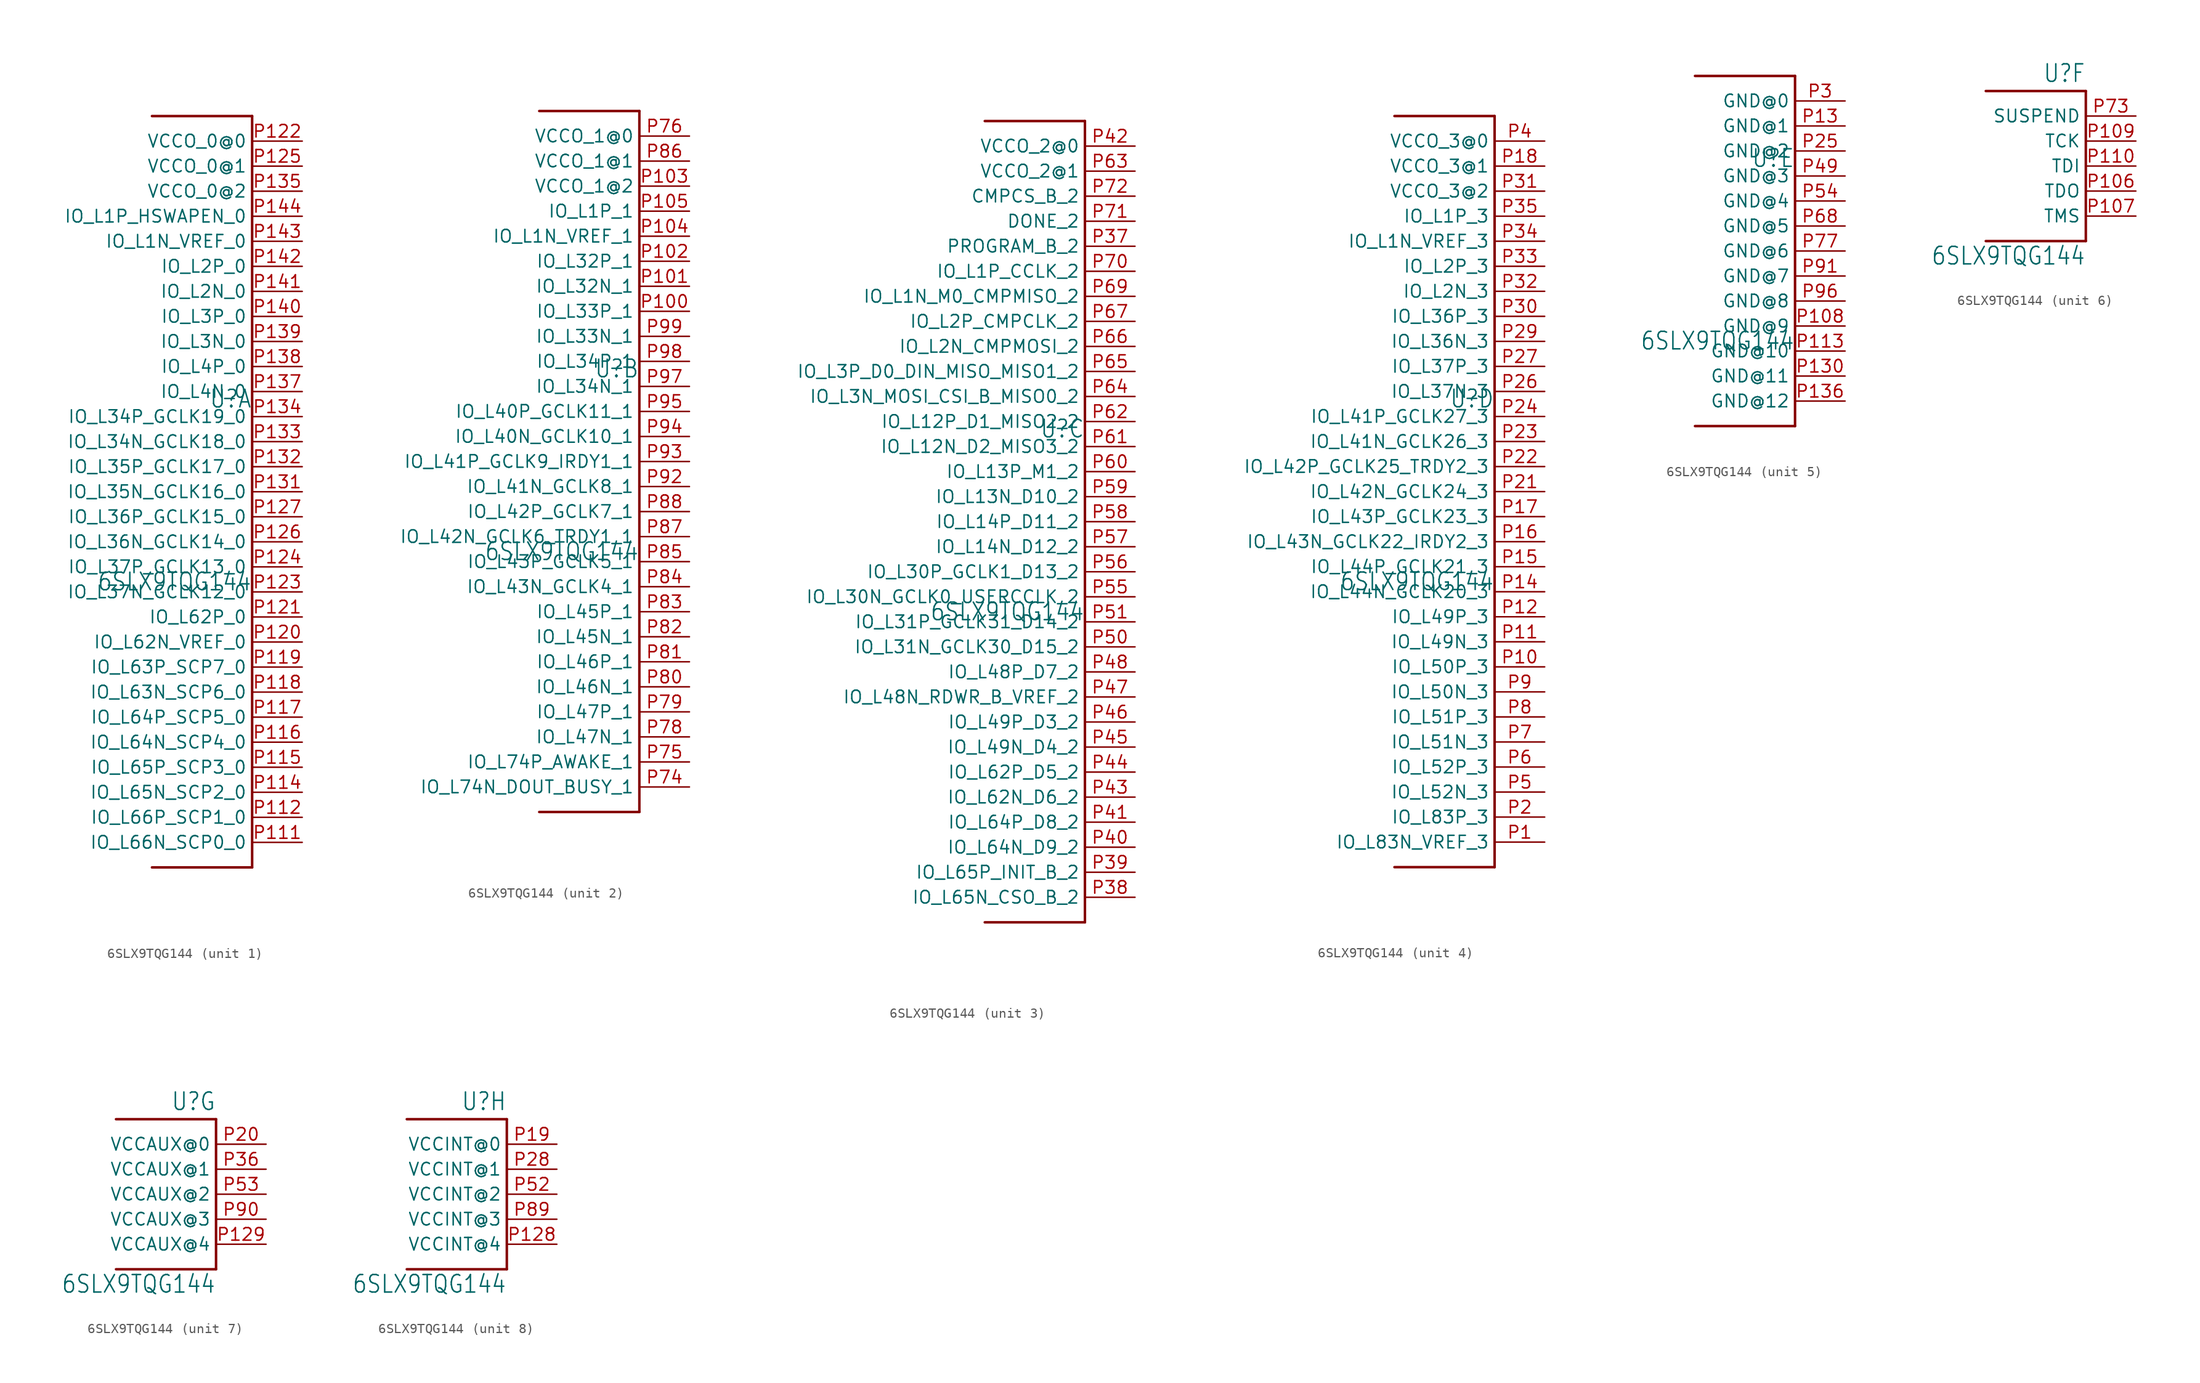
<source format=kicad_sym>
(kicad_symbol_lib
  (version 20201005)
  (generator kicad_symbol_editor)
  (symbol "6SLX9TQG144"
    (property "Reference" "U"
      (at 0 8.382 0)
      (effects (font (size 1.778 1.511)) (justify right bottom)))
    (property "Value" "6SLX9TQG144"
      (at 0 -10.16 0)
      (effects (font (size 1.778 1.511)) (justify right bottom)))
    (property "ki_locked" ""
      (at 0 0 0)
      (effects (font (size 1.27 1.27))))
    (symbol "6SLX9TQG144_1_0"
      (polyline (pts (xy -10.16 38.1) (xy 0 38.1)) (stroke (width 0.254)) (fill (type none)))
      (polyline (pts (xy 0 -38.1) (xy -10.16 -38.1)) (stroke (width 0.254)) (fill (type none)))
      (polyline (pts (xy 0 38.1) (xy 0 -38.1)) (stroke (width 0.254)) (fill (type none)))
      (pin bidirectional line (at 5.08 -35.56 180) (length 5.08) (name "IO_L66N_SCP0_0" (effects (font (size 1.27 1.27)))) (number "P111" (effects (font (size 1.27 1.27)))))
      (pin bidirectional line (at 5.08 -33.02 180) (length 5.08) (name "IO_L66P_SCP1_0" (effects (font (size 1.27 1.27)))) (number "P112" (effects (font (size 1.27 1.27)))))
      (pin bidirectional line (at 5.08 -30.48 180) (length 5.08) (name "IO_L65N_SCP2_0" (effects (font (size 1.27 1.27)))) (number "P114" (effects (font (size 1.27 1.27)))))
      (pin bidirectional line (at 5.08 -27.94 180) (length 5.08) (name "IO_L65P_SCP3_0" (effects (font (size 1.27 1.27)))) (number "P115" (effects (font (size 1.27 1.27)))))
      (pin bidirectional line (at 5.08 -25.4 180) (length 5.08) (name "IO_L64N_SCP4_0" (effects (font (size 1.27 1.27)))) (number "P116" (effects (font (size 1.27 1.27)))))
      (pin bidirectional line (at 5.08 -22.86 180) (length 5.08) (name "IO_L64P_SCP5_0" (effects (font (size 1.27 1.27)))) (number "P117" (effects (font (size 1.27 1.27)))))
      (pin bidirectional line (at 5.08 -20.32 180) (length 5.08) (name "IO_L63N_SCP6_0" (effects (font (size 1.27 1.27)))) (number "P118" (effects (font (size 1.27 1.27)))))
      (pin bidirectional line (at 5.08 -17.78 180) (length 5.08) (name "IO_L63P_SCP7_0" (effects (font (size 1.27 1.27)))) (number "P119" (effects (font (size 1.27 1.27)))))
      (pin bidirectional line (at 5.08 -15.24 180) (length 5.08) (name "IO_L62N_VREF_0" (effects (font (size 1.27 1.27)))) (number "P120" (effects (font (size 1.27 1.27)))))
      (pin bidirectional line (at 5.08 -12.7 180) (length 5.08) (name "IO_L62P_0" (effects (font (size 1.27 1.27)))) (number "P121" (effects (font (size 1.27 1.27)))))
      (pin input line (at 5.08 35.56 180) (length 5.08) (name "VCCO_0@0" (effects (font (size 1.27 1.27)))) (number "P122" (effects (font (size 1.27 1.27)))))
      (pin bidirectional line (at 5.08 -10.16 180) (length 5.08) (name "IO_L37N_GCLK12_0" (effects (font (size 1.27 1.27)))) (number "P123" (effects (font (size 1.27 1.27)))))
      (pin bidirectional line (at 5.08 -7.62 180) (length 5.08) (name "IO_L37P_GCLK13_0" (effects (font (size 1.27 1.27)))) (number "P124" (effects (font (size 1.27 1.27)))))
      (pin input line (at 5.08 33.02 180) (length 5.08) (name "VCCO_0@1" (effects (font (size 1.27 1.27)))) (number "P125" (effects (font (size 1.27 1.27)))))
      (pin bidirectional line (at 5.08 -5.08 180) (length 5.08) (name "IO_L36N_GCLK14_0" (effects (font (size 1.27 1.27)))) (number "P126" (effects (font (size 1.27 1.27)))))
      (pin bidirectional line (at 5.08 -2.54 180) (length 5.08) (name "IO_L36P_GCLK15_0" (effects (font (size 1.27 1.27)))) (number "P127" (effects (font (size 1.27 1.27)))))
      (pin bidirectional line (at 5.08 0 180) (length 5.08) (name "IO_L35N_GCLK16_0" (effects (font (size 1.27 1.27)))) (number "P131" (effects (font (size 1.27 1.27)))))
      (pin bidirectional line (at 5.08 2.54 180) (length 5.08) (name "IO_L35P_GCLK17_0" (effects (font (size 1.27 1.27)))) (number "P132" (effects (font (size 1.27 1.27)))))
      (pin bidirectional line (at 5.08 5.08 180) (length 5.08) (name "IO_L34N_GCLK18_0" (effects (font (size 1.27 1.27)))) (number "P133" (effects (font (size 1.27 1.27)))))
      (pin bidirectional line (at 5.08 7.62 180) (length 5.08) (name "IO_L34P_GCLK19_0" (effects (font (size 1.27 1.27)))) (number "P134" (effects (font (size 1.27 1.27)))))
      (pin input line (at 5.08 30.48 180) (length 5.08) (name "VCCO_0@2" (effects (font (size 1.27 1.27)))) (number "P135" (effects (font (size 1.27 1.27)))))
      (pin bidirectional line (at 5.08 10.16 180) (length 5.08) (name "IO_L4N_0" (effects (font (size 1.27 1.27)))) (number "P137" (effects (font (size 1.27 1.27)))))
      (pin bidirectional line (at 5.08 12.7 180) (length 5.08) (name "IO_L4P_0" (effects (font (size 1.27 1.27)))) (number "P138" (effects (font (size 1.27 1.27)))))
      (pin bidirectional line (at 5.08 15.24 180) (length 5.08) (name "IO_L3N_0" (effects (font (size 1.27 1.27)))) (number "P139" (effects (font (size 1.27 1.27)))))
      (pin bidirectional line (at 5.08 17.78 180) (length 5.08) (name "IO_L3P_0" (effects (font (size 1.27 1.27)))) (number "P140" (effects (font (size 1.27 1.27)))))
      (pin bidirectional line (at 5.08 20.32 180) (length 5.08) (name "IO_L2N_0" (effects (font (size 1.27 1.27)))) (number "P141" (effects (font (size 1.27 1.27)))))
      (pin bidirectional line (at 5.08 22.86 180) (length 5.08) (name "IO_L2P_0" (effects (font (size 1.27 1.27)))) (number "P142" (effects (font (size 1.27 1.27)))))
      (pin bidirectional line (at 5.08 25.4 180) (length 5.08) (name "IO_L1N_VREF_0" (effects (font (size 1.27 1.27)))) (number "P143" (effects (font (size 1.27 1.27)))))
      (pin bidirectional line (at 5.08 27.94 180) (length 5.08) (name "IO_L1P_HSWAPEN_0" (effects (font (size 1.27 1.27)))) (number "P144" (effects (font (size 1.27 1.27))))))
    (symbol "6SLX9TQG144_2_0"
      (polyline (pts (xy -10.16 35.56) (xy 0 35.56)) (stroke (width 0.254)) (fill (type none)))
      (polyline (pts (xy 0 -35.56) (xy -10.16 -35.56)) (stroke (width 0.254)) (fill (type none)))
      (polyline (pts (xy 0 35.56) (xy 0 -35.56)) (stroke (width 0.254)) (fill (type none)))
      (pin bidirectional line (at 5.08 15.24 180) (length 5.08) (name "IO_L33P_1" (effects (font (size 1.27 1.27)))) (number "P100" (effects (font (size 1.27 1.27)))))
      (pin bidirectional line (at 5.08 17.78 180) (length 5.08) (name "IO_L32N_1" (effects (font (size 1.27 1.27)))) (number "P101" (effects (font (size 1.27 1.27)))))
      (pin bidirectional line (at 5.08 20.32 180) (length 5.08) (name "IO_L32P_1" (effects (font (size 1.27 1.27)))) (number "P102" (effects (font (size 1.27 1.27)))))
      (pin input line (at 5.08 27.94 180) (length 5.08) (name "VCCO_1@2" (effects (font (size 1.27 1.27)))) (number "P103" (effects (font (size 1.27 1.27)))))
      (pin bidirectional line (at 5.08 22.86 180) (length 5.08) (name "IO_L1N_VREF_1" (effects (font (size 1.27 1.27)))) (number "P104" (effects (font (size 1.27 1.27)))))
      (pin bidirectional line (at 5.08 25.4 180) (length 5.08) (name "IO_L1P_1" (effects (font (size 1.27 1.27)))) (number "P105" (effects (font (size 1.27 1.27)))))
      (pin bidirectional line (at 5.08 -33.02 180) (length 5.08) (name "IO_L74N_DOUT_BUSY_1" (effects (font (size 1.27 1.27)))) (number "P74" (effects (font (size 1.27 1.27)))))
      (pin bidirectional line (at 5.08 -30.48 180) (length 5.08) (name "IO_L74P_AWAKE_1" (effects (font (size 1.27 1.27)))) (number "P75" (effects (font (size 1.27 1.27)))))
      (pin input line (at 5.08 33.02 180) (length 5.08) (name "VCCO_1@0" (effects (font (size 1.27 1.27)))) (number "P76" (effects (font (size 1.27 1.27)))))
      (pin bidirectional line (at 5.08 -27.94 180) (length 5.08) (name "IO_L47N_1" (effects (font (size 1.27 1.27)))) (number "P78" (effects (font (size 1.27 1.27)))))
      (pin bidirectional line (at 5.08 -25.4 180) (length 5.08) (name "IO_L47P_1" (effects (font (size 1.27 1.27)))) (number "P79" (effects (font (size 1.27 1.27)))))
      (pin bidirectional line (at 5.08 -22.86 180) (length 5.08) (name "IO_L46N_1" (effects (font (size 1.27 1.27)))) (number "P80" (effects (font (size 1.27 1.27)))))
      (pin bidirectional line (at 5.08 -20.32 180) (length 5.08) (name "IO_L46P_1" (effects (font (size 1.27 1.27)))) (number "P81" (effects (font (size 1.27 1.27)))))
      (pin bidirectional line (at 5.08 -17.78 180) (length 5.08) (name "IO_L45N_1" (effects (font (size 1.27 1.27)))) (number "P82" (effects (font (size 1.27 1.27)))))
      (pin bidirectional line (at 5.08 -15.24 180) (length 5.08) (name "IO_L45P_1" (effects (font (size 1.27 1.27)))) (number "P83" (effects (font (size 1.27 1.27)))))
      (pin bidirectional line (at 5.08 -12.7 180) (length 5.08) (name "IO_L43N_GCLK4_1" (effects (font (size 1.27 1.27)))) (number "P84" (effects (font (size 1.27 1.27)))))
      (pin bidirectional line (at 5.08 -10.16 180) (length 5.08) (name "IO_L43P_GCLK5_1" (effects (font (size 1.27 1.27)))) (number "P85" (effects (font (size 1.27 1.27)))))
      (pin input line (at 5.08 30.48 180) (length 5.08) (name "VCCO_1@1" (effects (font (size 1.27 1.27)))) (number "P86" (effects (font (size 1.27 1.27)))))
      (pin bidirectional line (at 5.08 -7.62 180) (length 5.08) (name "IO_L42N_GCLK6_TRDY1_1" (effects (font (size 1.27 1.27)))) (number "P87" (effects (font (size 1.27 1.27)))))
      (pin bidirectional line (at 5.08 -5.08 180) (length 5.08) (name "IO_L42P_GCLK7_1" (effects (font (size 1.27 1.27)))) (number "P88" (effects (font (size 1.27 1.27)))))
      (pin bidirectional line (at 5.08 -2.54 180) (length 5.08) (name "IO_L41N_GCLK8_1" (effects (font (size 1.27 1.27)))) (number "P92" (effects (font (size 1.27 1.27)))))
      (pin bidirectional line (at 5.08 0 180) (length 5.08) (name "IO_L41P_GCLK9_IRDY1_1" (effects (font (size 1.27 1.27)))) (number "P93" (effects (font (size 1.27 1.27)))))
      (pin bidirectional line (at 5.08 2.54 180) (length 5.08) (name "IO_L40N_GCLK10_1" (effects (font (size 1.27 1.27)))) (number "P94" (effects (font (size 1.27 1.27)))))
      (pin bidirectional line (at 5.08 5.08 180) (length 5.08) (name "IO_L40P_GCLK11_1" (effects (font (size 1.27 1.27)))) (number "P95" (effects (font (size 1.27 1.27)))))
      (pin bidirectional line (at 5.08 7.62 180) (length 5.08) (name "IO_L34N_1" (effects (font (size 1.27 1.27)))) (number "P97" (effects (font (size 1.27 1.27)))))
      (pin bidirectional line (at 5.08 10.16 180) (length 5.08) (name "IO_L34P_1" (effects (font (size 1.27 1.27)))) (number "P98" (effects (font (size 1.27 1.27)))))
      (pin bidirectional line (at 5.08 12.7 180) (length 5.08) (name "IO_L33N_1" (effects (font (size 1.27 1.27)))) (number "P99" (effects (font (size 1.27 1.27))))))
    (symbol "6SLX9TQG144_3_0"
      (polyline (pts (xy -10.16 40.64) (xy 0 40.64)) (stroke (width 0.254)) (fill (type none)))
      (polyline (pts (xy 0 -40.64) (xy -10.16 -40.64)) (stroke (width 0.254)) (fill (type none)))
      (polyline (pts (xy 0 40.64) (xy 0 -40.64)) (stroke (width 0.254)) (fill (type none)))
      (pin input line (at 5.08 27.94 180) (length 5.08) (name "PROGRAM_B_2" (effects (font (size 1.27 1.27)))) (number "P37" (effects (font (size 1.27 1.27)))))
      (pin bidirectional line (at 5.08 -38.1 180) (length 5.08) (name "IO_L65N_CSO_B_2" (effects (font (size 1.27 1.27)))) (number "P38" (effects (font (size 1.27 1.27)))))
      (pin bidirectional line (at 5.08 -35.56 180) (length 5.08) (name "IO_L65P_INIT_B_2" (effects (font (size 1.27 1.27)))) (number "P39" (effects (font (size 1.27 1.27)))))
      (pin bidirectional line (at 5.08 -33.02 180) (length 5.08) (name "IO_L64N_D9_2" (effects (font (size 1.27 1.27)))) (number "P40" (effects (font (size 1.27 1.27)))))
      (pin bidirectional line (at 5.08 -30.48 180) (length 5.08) (name "IO_L64P_D8_2" (effects (font (size 1.27 1.27)))) (number "P41" (effects (font (size 1.27 1.27)))))
      (pin input line (at 5.08 38.1 180) (length 5.08) (name "VCCO_2@0" (effects (font (size 1.27 1.27)))) (number "P42" (effects (font (size 1.27 1.27)))))
      (pin bidirectional line (at 5.08 -27.94 180) (length 5.08) (name "IO_L62N_D6_2" (effects (font (size 1.27 1.27)))) (number "P43" (effects (font (size 1.27 1.27)))))
      (pin bidirectional line (at 5.08 -25.4 180) (length 5.08) (name "IO_L62P_D5_2" (effects (font (size 1.27 1.27)))) (number "P44" (effects (font (size 1.27 1.27)))))
      (pin bidirectional line (at 5.08 -22.86 180) (length 5.08) (name "IO_L49N_D4_2" (effects (font (size 1.27 1.27)))) (number "P45" (effects (font (size 1.27 1.27)))))
      (pin bidirectional line (at 5.08 -20.32 180) (length 5.08) (name "IO_L49P_D3_2" (effects (font (size 1.27 1.27)))) (number "P46" (effects (font (size 1.27 1.27)))))
      (pin bidirectional line (at 5.08 -17.78 180) (length 5.08) (name "IO_L48N_RDWR_B_VREF_2" (effects (font (size 1.27 1.27)))) (number "P47" (effects (font (size 1.27 1.27)))))
      (pin bidirectional line (at 5.08 -15.24 180) (length 5.08) (name "IO_L48P_D7_2" (effects (font (size 1.27 1.27)))) (number "P48" (effects (font (size 1.27 1.27)))))
      (pin bidirectional line (at 5.08 -12.7 180) (length 5.08) (name "IO_L31N_GCLK30_D15_2" (effects (font (size 1.27 1.27)))) (number "P50" (effects (font (size 1.27 1.27)))))
      (pin bidirectional line (at 5.08 -10.16 180) (length 5.08) (name "IO_L31P_GCLK31_D14_2" (effects (font (size 1.27 1.27)))) (number "P51" (effects (font (size 1.27 1.27)))))
      (pin bidirectional line (at 5.08 -7.62 180) (length 5.08) (name "IO_L30N_GCLK0_USERCCLK_2" (effects (font (size 1.27 1.27)))) (number "P55" (effects (font (size 1.27 1.27)))))
      (pin bidirectional line (at 5.08 -5.08 180) (length 5.08) (name "IO_L30P_GCLK1_D13_2" (effects (font (size 1.27 1.27)))) (number "P56" (effects (font (size 1.27 1.27)))))
      (pin bidirectional line (at 5.08 -2.54 180) (length 5.08) (name "IO_L14N_D12_2" (effects (font (size 1.27 1.27)))) (number "P57" (effects (font (size 1.27 1.27)))))
      (pin bidirectional line (at 5.08 0 180) (length 5.08) (name "IO_L14P_D11_2" (effects (font (size 1.27 1.27)))) (number "P58" (effects (font (size 1.27 1.27)))))
      (pin bidirectional line (at 5.08 2.54 180) (length 5.08) (name "IO_L13N_D10_2" (effects (font (size 1.27 1.27)))) (number "P59" (effects (font (size 1.27 1.27)))))
      (pin bidirectional line (at 5.08 5.08 180) (length 5.08) (name "IO_L13P_M1_2" (effects (font (size 1.27 1.27)))) (number "P60" (effects (font (size 1.27 1.27)))))
      (pin bidirectional line (at 5.08 7.62 180) (length 5.08) (name "IO_L12N_D2_MISO3_2" (effects (font (size 1.27 1.27)))) (number "P61" (effects (font (size 1.27 1.27)))))
      (pin bidirectional line (at 5.08 10.16 180) (length 5.08) (name "IO_L12P_D1_MISO2_2" (effects (font (size 1.27 1.27)))) (number "P62" (effects (font (size 1.27 1.27)))))
      (pin input line (at 5.08 35.56 180) (length 5.08) (name "VCCO_2@1" (effects (font (size 1.27 1.27)))) (number "P63" (effects (font (size 1.27 1.27)))))
      (pin bidirectional line (at 5.08 12.7 180) (length 5.08) (name "IO_L3N_MOSI_CSI_B_MISO0_2" (effects (font (size 1.27 1.27)))) (number "P64" (effects (font (size 1.27 1.27)))))
      (pin bidirectional line (at 5.08 15.24 180) (length 5.08) (name "IO_L3P_D0_DIN_MISO_MISO1_2" (effects (font (size 1.27 1.27)))) (number "P65" (effects (font (size 1.27 1.27)))))
      (pin bidirectional line (at 5.08 17.78 180) (length 5.08) (name "IO_L2N_CMPMOSI_2" (effects (font (size 1.27 1.27)))) (number "P66" (effects (font (size 1.27 1.27)))))
      (pin bidirectional line (at 5.08 20.32 180) (length 5.08) (name "IO_L2P_CMPCLK_2" (effects (font (size 1.27 1.27)))) (number "P67" (effects (font (size 1.27 1.27)))))
      (pin bidirectional line (at 5.08 22.86 180) (length 5.08) (name "IO_L1N_M0_CMPMISO_2" (effects (font (size 1.27 1.27)))) (number "P69" (effects (font (size 1.27 1.27)))))
      (pin bidirectional line (at 5.08 25.4 180) (length 5.08) (name "IO_L1P_CCLK_2" (effects (font (size 1.27 1.27)))) (number "P70" (effects (font (size 1.27 1.27)))))
      (pin bidirectional line (at 5.08 30.48 180) (length 5.08) (name "DONE_2" (effects (font (size 1.27 1.27)))) (number "P71" (effects (font (size 1.27 1.27)))))
      (pin bidirectional line (at 5.08 33.02 180) (length 5.08) (name "CMPCS_B_2" (effects (font (size 1.27 1.27)))) (number "P72" (effects (font (size 1.27 1.27))))))
    (symbol "6SLX9TQG144_4_0"
      (polyline (pts (xy -10.16 38.1) (xy 0 38.1)) (stroke (width 0.254)) (fill (type none)))
      (polyline (pts (xy 0 -38.1) (xy -10.16 -38.1)) (stroke (width 0.254)) (fill (type none)))
      (polyline (pts (xy 0 38.1) (xy 0 -38.1)) (stroke (width 0.254)) (fill (type none)))
      (pin bidirectional line (at 5.08 -35.56 180) (length 5.08) (name "IO_L83N_VREF_3" (effects (font (size 1.27 1.27)))) (number "P1" (effects (font (size 1.27 1.27)))))
      (pin bidirectional line (at 5.08 -17.78 180) (length 5.08) (name "IO_L50P_3" (effects (font (size 1.27 1.27)))) (number "P10" (effects (font (size 1.27 1.27)))))
      (pin bidirectional line (at 5.08 -15.24 180) (length 5.08) (name "IO_L49N_3" (effects (font (size 1.27 1.27)))) (number "P11" (effects (font (size 1.27 1.27)))))
      (pin bidirectional line (at 5.08 -12.7 180) (length 5.08) (name "IO_L49P_3" (effects (font (size 1.27 1.27)))) (number "P12" (effects (font (size 1.27 1.27)))))
      (pin bidirectional line (at 5.08 -10.16 180) (length 5.08) (name "IO_L44N_GCLK20_3" (effects (font (size 1.27 1.27)))) (number "P14" (effects (font (size 1.27 1.27)))))
      (pin bidirectional line (at 5.08 -7.62 180) (length 5.08) (name "IO_L44P_GCLK21_3" (effects (font (size 1.27 1.27)))) (number "P15" (effects (font (size 1.27 1.27)))))
      (pin bidirectional line (at 5.08 -5.08 180) (length 5.08) (name "IO_L43N_GCLK22_IRDY2_3" (effects (font (size 1.27 1.27)))) (number "P16" (effects (font (size 1.27 1.27)))))
      (pin bidirectional line (at 5.08 -2.54 180) (length 5.08) (name "IO_L43P_GCLK23_3" (effects (font (size 1.27 1.27)))) (number "P17" (effects (font (size 1.27 1.27)))))
      (pin input line (at 5.08 33.02 180) (length 5.08) (name "VCCO_3@1" (effects (font (size 1.27 1.27)))) (number "P18" (effects (font (size 1.27 1.27)))))
      (pin bidirectional line (at 5.08 -33.02 180) (length 5.08) (name "IO_L83P_3" (effects (font (size 1.27 1.27)))) (number "P2" (effects (font (size 1.27 1.27)))))
      (pin bidirectional line (at 5.08 0 180) (length 5.08) (name "IO_L42N_GCLK24_3" (effects (font (size 1.27 1.27)))) (number "P21" (effects (font (size 1.27 1.27)))))
      (pin bidirectional line (at 5.08 2.54 180) (length 5.08) (name "IO_L42P_GCLK25_TRDY2_3" (effects (font (size 1.27 1.27)))) (number "P22" (effects (font (size 1.27 1.27)))))
      (pin bidirectional line (at 5.08 5.08 180) (length 5.08) (name "IO_L41N_GCLK26_3" (effects (font (size 1.27 1.27)))) (number "P23" (effects (font (size 1.27 1.27)))))
      (pin bidirectional line (at 5.08 7.62 180) (length 5.08) (name "IO_L41P_GCLK27_3" (effects (font (size 1.27 1.27)))) (number "P24" (effects (font (size 1.27 1.27)))))
      (pin bidirectional line (at 5.08 10.16 180) (length 5.08) (name "IO_L37N_3" (effects (font (size 1.27 1.27)))) (number "P26" (effects (font (size 1.27 1.27)))))
      (pin bidirectional line (at 5.08 12.7 180) (length 5.08) (name "IO_L37P_3" (effects (font (size 1.27 1.27)))) (number "P27" (effects (font (size 1.27 1.27)))))
      (pin bidirectional line (at 5.08 15.24 180) (length 5.08) (name "IO_L36N_3" (effects (font (size 1.27 1.27)))) (number "P29" (effects (font (size 1.27 1.27)))))
      (pin bidirectional line (at 5.08 17.78 180) (length 5.08) (name "IO_L36P_3" (effects (font (size 1.27 1.27)))) (number "P30" (effects (font (size 1.27 1.27)))))
      (pin input line (at 5.08 30.48 180) (length 5.08) (name "VCCO_3@2" (effects (font (size 1.27 1.27)))) (number "P31" (effects (font (size 1.27 1.27)))))
      (pin bidirectional line (at 5.08 20.32 180) (length 5.08) (name "IO_L2N_3" (effects (font (size 1.27 1.27)))) (number "P32" (effects (font (size 1.27 1.27)))))
      (pin bidirectional line (at 5.08 22.86 180) (length 5.08) (name "IO_L2P_3" (effects (font (size 1.27 1.27)))) (number "P33" (effects (font (size 1.27 1.27)))))
      (pin bidirectional line (at 5.08 25.4 180) (length 5.08) (name "IO_L1N_VREF_3" (effects (font (size 1.27 1.27)))) (number "P34" (effects (font (size 1.27 1.27)))))
      (pin bidirectional line (at 5.08 27.94 180) (length 5.08) (name "IO_L1P_3" (effects (font (size 1.27 1.27)))) (number "P35" (effects (font (size 1.27 1.27)))))
      (pin input line (at 5.08 35.56 180) (length 5.08) (name "VCCO_3@0" (effects (font (size 1.27 1.27)))) (number "P4" (effects (font (size 1.27 1.27)))))
      (pin bidirectional line (at 5.08 -30.48 180) (length 5.08) (name "IO_L52N_3" (effects (font (size 1.27 1.27)))) (number "P5" (effects (font (size 1.27 1.27)))))
      (pin bidirectional line (at 5.08 -27.94 180) (length 5.08) (name "IO_L52P_3" (effects (font (size 1.27 1.27)))) (number "P6" (effects (font (size 1.27 1.27)))))
      (pin bidirectional line (at 5.08 -25.4 180) (length 5.08) (name "IO_L51N_3" (effects (font (size 1.27 1.27)))) (number "P7" (effects (font (size 1.27 1.27)))))
      (pin bidirectional line (at 5.08 -22.86 180) (length 5.08) (name "IO_L51P_3" (effects (font (size 1.27 1.27)))) (number "P8" (effects (font (size 1.27 1.27)))))
      (pin bidirectional line (at 5.08 -20.32 180) (length 5.08) (name "IO_L50N_3" (effects (font (size 1.27 1.27)))) (number "P9" (effects (font (size 1.27 1.27))))))
    (symbol "6SLX9TQG144_5_0"
      (polyline (pts (xy -10.16 17.78) (xy 0 17.78)) (stroke (width 0.254)) (fill (type none)))
      (polyline (pts (xy 0 -17.78) (xy -10.16 -17.78)) (stroke (width 0.254)) (fill (type none)))
      (polyline (pts (xy 0 17.78) (xy 0 -17.78)) (stroke (width 0.254)) (fill (type none)))
      (pin power_in line (at 5.08 -7.62 180) (length 5.08) (name "GND@9" (effects (font (size 1.27 1.27)))) (number "P108" (effects (font (size 1.27 1.27)))))
      (pin power_in line (at 5.08 -10.16 180) (length 5.08) (name "GND@10" (effects (font (size 1.27 1.27)))) (number "P113" (effects (font (size 1.27 1.27)))))
      (pin power_in line (at 5.08 12.7 180) (length 5.08) (name "GND@1" (effects (font (size 1.27 1.27)))) (number "P13" (effects (font (size 1.27 1.27)))))
      (pin power_in line (at 5.08 -12.7 180) (length 5.08) (name "GND@11" (effects (font (size 1.27 1.27)))) (number "P130" (effects (font (size 1.27 1.27)))))
      (pin power_in line (at 5.08 -15.24 180) (length 5.08) (name "GND@12" (effects (font (size 1.27 1.27)))) (number "P136" (effects (font (size 1.27 1.27)))))
      (pin power_in line (at 5.08 10.16 180) (length 5.08) (name "GND@2" (effects (font (size 1.27 1.27)))) (number "P25" (effects (font (size 1.27 1.27)))))
      (pin power_in line (at 5.08 15.24 180) (length 5.08) (name "GND@0" (effects (font (size 1.27 1.27)))) (number "P3" (effects (font (size 1.27 1.27)))))
      (pin power_in line (at 5.08 7.62 180) (length 5.08) (name "GND@3" (effects (font (size 1.27 1.27)))) (number "P49" (effects (font (size 1.27 1.27)))))
      (pin power_in line (at 5.08 5.08 180) (length 5.08) (name "GND@4" (effects (font (size 1.27 1.27)))) (number "P54" (effects (font (size 1.27 1.27)))))
      (pin power_in line (at 5.08 2.54 180) (length 5.08) (name "GND@5" (effects (font (size 1.27 1.27)))) (number "P68" (effects (font (size 1.27 1.27)))))
      (pin power_in line (at 5.08 0 180) (length 5.08) (name "GND@6" (effects (font (size 1.27 1.27)))) (number "P77" (effects (font (size 1.27 1.27)))))
      (pin power_in line (at 5.08 -2.54 180) (length 5.08) (name "GND@7" (effects (font (size 1.27 1.27)))) (number "P91" (effects (font (size 1.27 1.27)))))
      (pin power_in line (at 5.08 -5.08 180) (length 5.08) (name "GND@8" (effects (font (size 1.27 1.27)))) (number "P96" (effects (font (size 1.27 1.27))))))
    (symbol "6SLX9TQG144_6_0"
      (polyline (pts (xy -10.16 7.62) (xy 0 7.62)) (stroke (width 0.254)) (fill (type none)))
      (polyline (pts (xy 0 -7.62) (xy -10.16 -7.62)) (stroke (width 0.254)) (fill (type none)))
      (polyline (pts (xy 0 7.62) (xy 0 -7.62)) (stroke (width 0.254)) (fill (type none)))
      (pin output line (at 5.08 -2.54 180) (length 5.08) (name "TDO" (effects (font (size 1.27 1.27)))) (number "P106" (effects (font (size 1.27 1.27)))))
      (pin input line (at 5.08 -5.08 180) (length 5.08) (name "TMS" (effects (font (size 1.27 1.27)))) (number "P107" (effects (font (size 1.27 1.27)))))
      (pin input line (at 5.08 2.54 180) (length 5.08) (name "TCK" (effects (font (size 1.27 1.27)))) (number "P109" (effects (font (size 1.27 1.27)))))
      (pin input line (at 5.08 0 180) (length 5.08) (name "TDI" (effects (font (size 1.27 1.27)))) (number "P110" (effects (font (size 1.27 1.27)))))
      (pin input line (at 5.08 5.08 180) (length 5.08) (name "SUSPEND" (effects (font (size 1.27 1.27)))) (number "P73" (effects (font (size 1.27 1.27))))))
    (symbol "6SLX9TQG144_7_0"
      (polyline (pts (xy -10.16 7.62) (xy 0 7.62)) (stroke (width 0.254)) (fill (type none)))
      (polyline (pts (xy 0 -7.62) (xy -10.16 -7.62)) (stroke (width 0.254)) (fill (type none)))
      (polyline (pts (xy 0 7.62) (xy 0 -7.62)) (stroke (width 0.254)) (fill (type none)))
      (pin input line (at 5.08 -5.08 180) (length 5.08) (name "VCCAUX@4" (effects (font (size 1.27 1.27)))) (number "P129" (effects (font (size 1.27 1.27)))))
      (pin input line (at 5.08 5.08 180) (length 5.08) (name "VCCAUX@0" (effects (font (size 1.27 1.27)))) (number "P20" (effects (font (size 1.27 1.27)))))
      (pin input line (at 5.08 2.54 180) (length 5.08) (name "VCCAUX@1" (effects (font (size 1.27 1.27)))) (number "P36" (effects (font (size 1.27 1.27)))))
      (pin input line (at 5.08 0 180) (length 5.08) (name "VCCAUX@2" (effects (font (size 1.27 1.27)))) (number "P53" (effects (font (size 1.27 1.27)))))
      (pin input line (at 5.08 -2.54 180) (length 5.08) (name "VCCAUX@3" (effects (font (size 1.27 1.27)))) (number "P90" (effects (font (size 1.27 1.27))))))
    (symbol "6SLX9TQG144_8_0"
      (polyline (pts (xy -10.16 7.62) (xy 0 7.62)) (stroke (width 0.254)) (fill (type none)))
      (polyline (pts (xy 0 -7.62) (xy -10.16 -7.62)) (stroke (width 0.254)) (fill (type none)))
      (polyline (pts (xy 0 7.62) (xy 0 -7.62)) (stroke (width 0.254)) (fill (type none)))
      (pin input line (at 5.08 -5.08 180) (length 5.08) (name "VCCINT@4" (effects (font (size 1.27 1.27)))) (number "P128" (effects (font (size 1.27 1.27)))))
      (pin input line (at 5.08 5.08 180) (length 5.08) (name "VCCINT@0" (effects (font (size 1.27 1.27)))) (number "P19" (effects (font (size 1.27 1.27)))))
      (pin input line (at 5.08 2.54 180) (length 5.08) (name "VCCINT@1" (effects (font (size 1.27 1.27)))) (number "P28" (effects (font (size 1.27 1.27)))))
      (pin input line (at 5.08 0 180) (length 5.08) (name "VCCINT@2" (effects (font (size 1.27 1.27)))) (number "P52" (effects (font (size 1.27 1.27)))))
      (pin input line (at 5.08 -2.54 180) (length 5.08) (name "VCCINT@3" (effects (font (size 1.27 1.27)))) (number "P89" (effects (font (size 1.27 1.27))))))))
</source>
